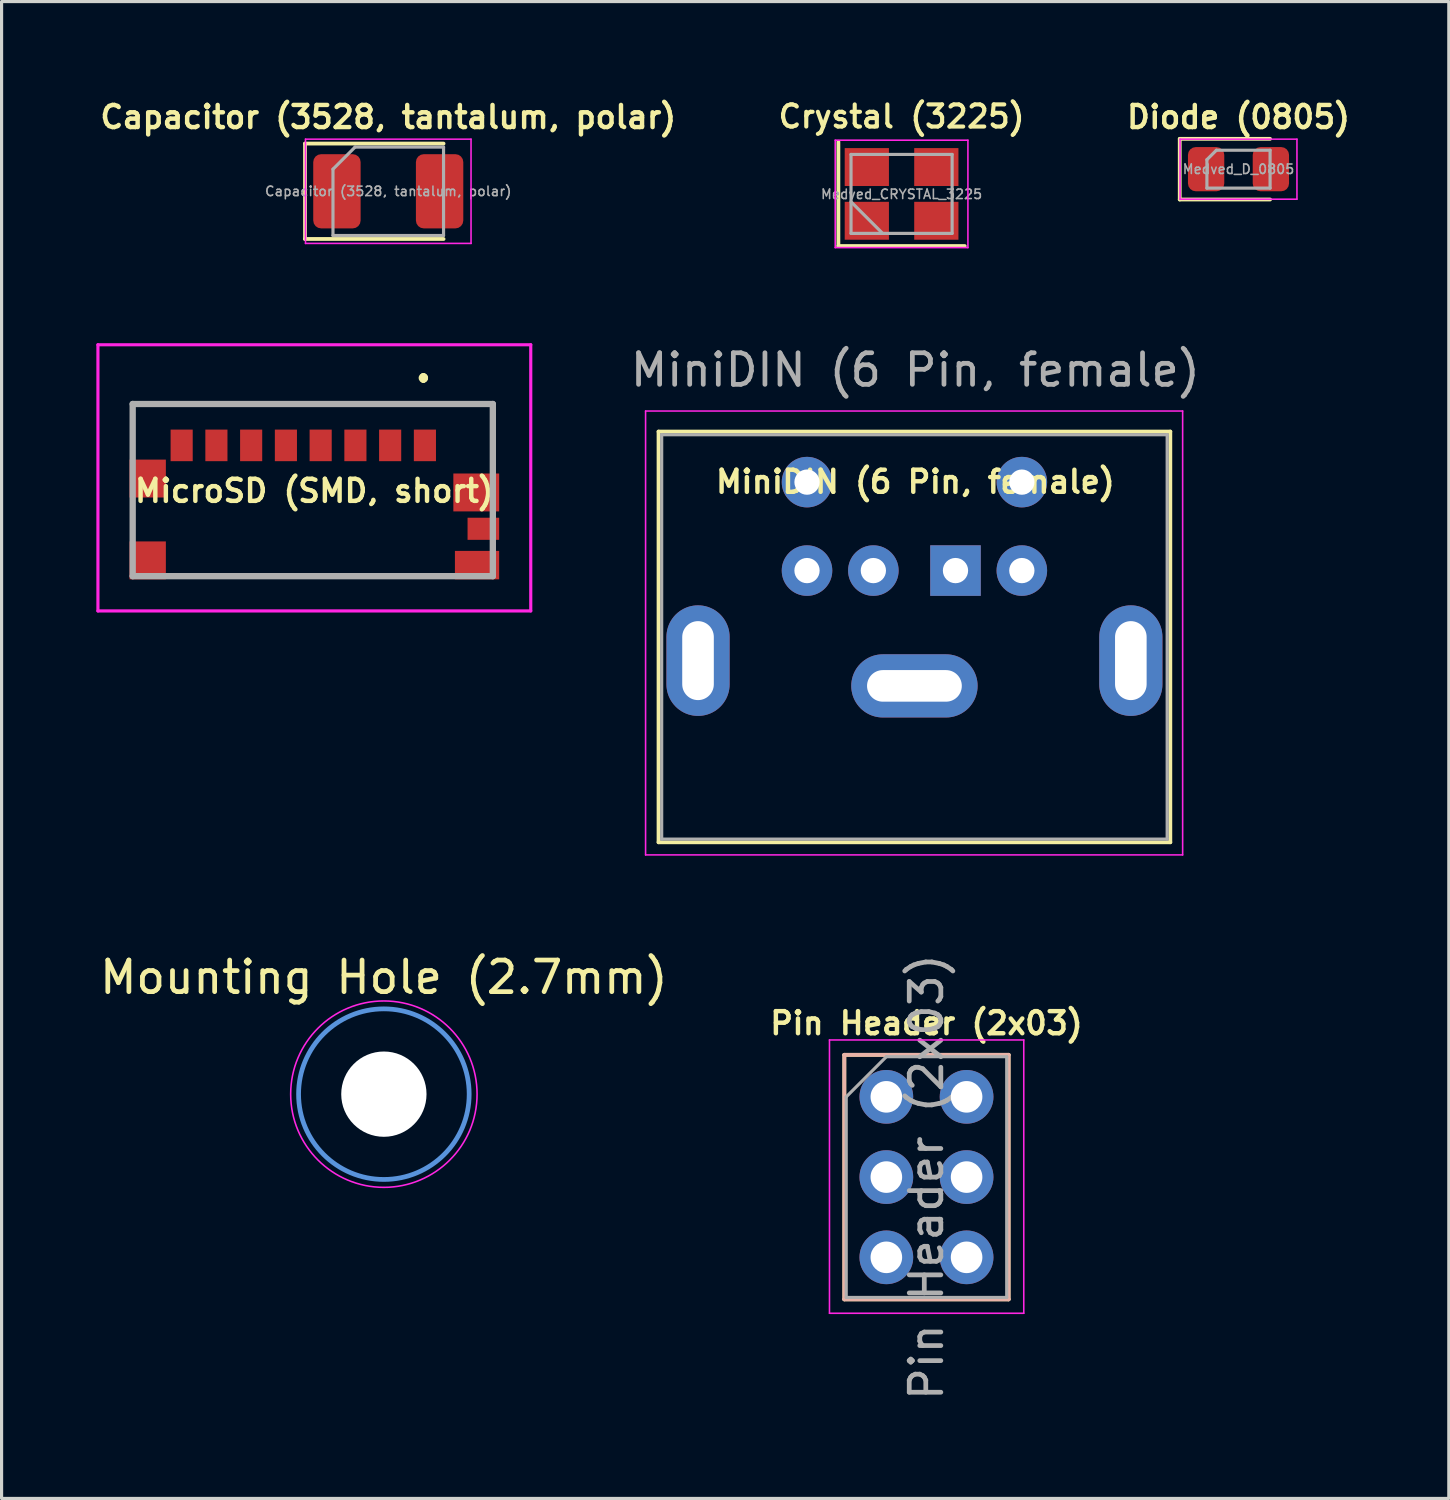
<source format=kicad_pcb>
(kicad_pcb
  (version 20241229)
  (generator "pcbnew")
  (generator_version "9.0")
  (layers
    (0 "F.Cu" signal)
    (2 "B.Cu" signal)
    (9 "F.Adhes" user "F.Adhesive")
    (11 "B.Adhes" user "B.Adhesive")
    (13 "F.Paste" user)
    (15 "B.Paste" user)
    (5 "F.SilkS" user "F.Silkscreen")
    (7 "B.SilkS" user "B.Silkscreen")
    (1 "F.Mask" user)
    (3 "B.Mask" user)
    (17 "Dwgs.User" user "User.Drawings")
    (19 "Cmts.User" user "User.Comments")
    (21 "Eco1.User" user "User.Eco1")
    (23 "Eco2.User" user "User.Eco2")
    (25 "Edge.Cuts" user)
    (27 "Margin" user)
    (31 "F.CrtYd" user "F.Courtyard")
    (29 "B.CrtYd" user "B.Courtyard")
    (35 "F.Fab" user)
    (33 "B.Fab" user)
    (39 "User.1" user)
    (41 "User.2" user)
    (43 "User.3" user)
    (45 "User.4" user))
  (footprint "Diode (0805)"
    (layer "F.Cu")
    (at 36.153 2.305)
    (property "Reference" "Diode (0805)" (at 0 -1.65 0) (layer "F.SilkS") (effects (font (size 0.7 0.7) (thickness 0.14) (bold yes))))
    (property "Value" "Medved_D_0805" (at 0 1.65 0) (layer "F.Fab") (hide yes) (effects (font (size 1 1) (thickness 0.15))))
    (attr smd)
    (fp_line (start -1.86 -0.96) (end -1.86 0.96) (stroke (width 0.12) (type solid)) (layer "F.SilkS"))
    (fp_line (start -1.86 0.96) (end 1 0.96) (stroke (width 0.12) (type solid)) (layer "F.SilkS"))
    (fp_line (start 1 -0.96) (end -1.86 -0.96) (stroke (width 0.12) (type solid)) (layer "F.SilkS"))
    (fp_line (start -1.85 -0.95) (end 1.85 -0.95) (stroke (width 0.05) (type solid)) (layer "F.CrtYd"))
    (fp_line (start -1.85 0.95) (end -1.85 -0.95) (stroke (width 0.05) (type solid)) (layer "F.CrtYd"))
    (fp_line (start 1.85 -0.95) (end 1.85 0.95) (stroke (width 0.05) (type solid)) (layer "F.CrtYd"))
    (fp_line (start 1.85 0.95) (end -1.85 0.95) (stroke (width 0.05) (type solid)) (layer "F.CrtYd"))
    (fp_line (start -1 -0.3) (end -1 0.6) (stroke (width 0.1) (type solid)) (layer "F.Fab"))
    (fp_line (start -1 0.6) (end 1 0.6) (stroke (width 0.1) (type solid)) (layer "F.Fab"))
    (fp_line (start -0.7 -0.6) (end -1 -0.3) (stroke (width 0.1) (type solid)) (layer "F.Fab"))
    (fp_line (start 1 -0.6) (end -0.7 -0.6) (stroke (width 0.1) (type solid)) (layer "F.Fab"))
    (fp_line (start 1 0.6) (end 1 -0.6) (stroke (width 0.1) (type solid)) (layer "F.Fab"))
    (fp_text user "${VALUE}" (at 0 0 0) (layer "F.Fab") (effects (font (size 0.3 0.3) (thickness 0.05) (bold yes))))
    (pad "1" smd roundrect (at -1.025 0) (size 1.15 1.4) (layers "F.Cu" "F.Mask" "F.Paste") (roundrect_rratio 0.217))
    (pad "2" smd roundrect (at 1.025 0) (size 1.15 1.4) (layers "F.Cu" "F.Mask" "F.Paste") (roundrect_rratio 0.217)))
  (footprint "Mounting Hole (2.7mm)"
    (layer "F.Cu")
    (at 9.101 31.584)
    (property "Reference" "Mounting Hole (2.7mm)" (at 0 -3.7 0) (layer "F.SilkS") (effects (font (size 1 1) (thickness 0.15))))
    (attr exclude_from_pos_files exclude_from_bom)
    (fp_circle (center 0 0) (end 2.7 0) (stroke (width 0.15) (type solid)) (fill no) (layer "Cmts.User"))
    (fp_circle (center 0 0) (end 2.95 0) (stroke (width 0.05) (type solid)) (fill no) (layer "F.CrtYd"))
    (pad "" np_thru_hole circle (at 0 0) (size 2.7 2.7) (drill 2.7) (layers "*.Cu" "*.Mask")))
  (footprint "Pin Header (2x03)"
    (layer "F.Cu")
    (at 25.006 31.669)
    (property "Reference" "Pin Header (2x03)" (at 1.27 -2.33 0) (layer "F.SilkS") (effects (font (size 0.7 0.7) (thickness 0.14) (bold yes))))
    (attr through_hole)
    (fp_line (start -1.33 -1.33) (end -1.33 6.41) (stroke (width 0.12) (type solid)) (layer "F.SilkS"))
    (fp_line (start -1.33 -1.33) (end 3.87 -1.33) (stroke (width 0.12) (type solid)) (layer "F.SilkS"))
    (fp_line (start -1.33 6.41) (end 3.87 6.41) (stroke (width 0.12) (type solid)) (layer "F.SilkS"))
    (fp_line (start 3.87 -1.33) (end 3.87 6.41) (stroke (width 0.12) (type solid)) (layer "F.SilkS"))
    (fp_line (start -1.33 -1.33) (end -1.33 6.41) (stroke (width 0.12) (type solid)) (layer "B.SilkS"))
    (fp_line (start -1.33 -1.33) (end 3.87 -1.33) (stroke (width 0.12) (type solid)) (layer "B.SilkS"))
    (fp_line (start -1.33 6.41) (end 3.87 6.41) (stroke (width 0.12) (type solid)) (layer "B.SilkS"))
    (fp_line (start 3.87 -1.33) (end 3.87 6.41) (stroke (width 0.12) (type solid)) (layer "B.SilkS"))
    (fp_line (start -1.8 -1.8) (end -1.8 6.85) (stroke (width 0.05) (type solid)) (layer "F.CrtYd"))
    (fp_line (start -1.8 6.85) (end 4.35 6.85) (stroke (width 0.05) (type solid)) (layer "F.CrtYd"))
    (fp_line (start 4.35 -1.8) (end -1.8 -1.8) (stroke (width 0.05) (type solid)) (layer "F.CrtYd"))
    (fp_line (start 4.35 6.85) (end 4.35 -1.8) (stroke (width 0.05) (type solid)) (layer "F.CrtYd"))
    (fp_line (start -1.27 0) (end 0 -1.27) (stroke (width 0.1) (type solid)) (layer "F.Fab"))
    (fp_line (start -1.27 6.35) (end -1.27 0) (stroke (width 0.1) (type solid)) (layer "F.Fab"))
    (fp_line (start 0 -1.27) (end 3.81 -1.27) (stroke (width 0.1) (type solid)) (layer "F.Fab"))
    (fp_line (start 3.81 -1.27) (end 3.81 6.35) (stroke (width 0.1) (type solid)) (layer "F.Fab"))
    (fp_line (start 3.81 6.35) (end -1.27 6.35) (stroke (width 0.1) (type solid)) (layer "F.Fab"))
    (fp_text user "${REFERENCE}" (at 1.27 2.54 90) (layer "F.Fab") (effects (font (size 1 1) (thickness 0.15))))
    (pad "1" thru_hole circle (at 0 0) (size 1.7 1.7) (drill 1) (layers "*.Cu" "*.Mask"))
    (pad "2" thru_hole oval (at 2.54 0) (size 1.7 1.7) (drill 1) (layers "*.Cu" "*.Mask"))
    (pad "3" thru_hole oval (at 0 2.54) (size 1.7 1.7) (drill 1) (layers "*.Cu" "*.Mask"))
    (pad "4" thru_hole oval (at 2.54 2.54) (size 1.7 1.7) (drill 1) (layers "*.Cu" "*.Mask"))
    (pad "5" thru_hole oval (at 0 5.08) (size 1.7 1.7) (drill 1) (layers "*.Cu" "*.Mask"))
    (pad "6" thru_hole oval (at 2.54 5.08) (size 1.7 1.7) (drill 1) (layers "*.Cu" "*.Mask")))
  (footprint "MiniDIN (6 Pin, female)"
    (layer "F.Cu")
    (at 27.195 15.011)
    (property "Reference" "MiniDIN (6 Pin, female)" (at -1.27 -2.81 0) (layer "F.SilkS") (effects (font (size 0.7 0.7) (thickness 0.14) (bold yes))))
    (attr through_hole)
    (fp_line (start -9.4 -4.4) (end -9.4 8.6) (stroke (width 0.12) (type solid)) (layer "F.SilkS"))
    (fp_line (start -9.4 -4.4) (end 6.8 -4.4) (stroke (width 0.12) (type solid)) (layer "F.SilkS"))
    (fp_line (start -9.4 8.6) (end 6.8 8.6) (stroke (width 0.12) (type solid)) (layer "F.SilkS"))
    (fp_line (start 6.8 -4.4) (end 6.8 8.6) (stroke (width 0.12) (type solid)) (layer "F.SilkS"))
    (fp_line (start -9.81 -5.05) (end -9.81 9) (stroke (width 0.05) (type solid)) (layer "F.CrtYd"))
    (fp_line (start -9.81 -5.05) (end 7.19 -5.05) (stroke (width 0.05) (type solid)) (layer "F.CrtYd"))
    (fp_line (start 7.19 9) (end -9.81 9) (stroke (width 0.05) (type solid)) (layer "F.CrtYd"))
    (fp_line (start 7.19 9) (end 7.19 -5.05) (stroke (width 0.05) (type solid)) (layer "F.CrtYd"))
    (fp_line (start -9.3 -4.3) (end 6.7 -4.3) (stroke (width 0.1) (type solid)) (layer "F.Fab"))
    (fp_line (start -9.3 8.5) (end -9.3 -4.3) (stroke (width 0.1) (type solid)) (layer "F.Fab"))
    (fp_line (start 6.7 -4.3) (end 6.7 8.5) (stroke (width 0.1) (type solid)) (layer "F.Fab"))
    (fp_line (start 6.7 8.5) (end -9.3 8.5) (stroke (width 0.1) (type solid)) (layer "F.Fab"))
    (fp_text user "${REFERENCE}" (at -1.27 -6.35 0) (layer "F.Fab") (effects (font (size 1 1) (thickness 0.15))))
    (pad "" thru_hole oval (at -8.15 2.85) (size 2 3.5) (drill oval 1 2.5) (layers "*.Cu" "*.Mask"))
    (pad "" thru_hole oval (at -1.3 3.65) (size 4 2) (drill oval 3 1) (layers "*.Cu" "*.Mask"))
    (pad "" thru_hole oval (at 5.55 2.85) (size 2 3.5) (drill oval 1 2.5) (layers "*.Cu" "*.Mask"))
    (pad "1" thru_hole rect (at 0 0) (size 1.6 1.6) (drill 0.8) (layers "*.Cu" "*.Mask"))
    (pad "2" thru_hole circle (at -2.6 0) (size 1.6 1.6) (drill 0.8) (layers "*.Cu" "*.Mask"))
    (pad "3" thru_hole circle (at 2.1 0) (size 1.6 1.6) (drill 0.8) (layers "*.Cu" "*.Mask"))
    (pad "4" thru_hole circle (at -4.7 0) (size 1.6 1.6) (drill 0.8) (layers "*.Cu" "*.Mask"))
    (pad "5" thru_hole circle (at 2.1 -2.8) (size 1.6 1.6) (drill 0.8) (layers "*.Cu" "*.Mask"))
    (pad "6" thru_hole circle (at -4.7 -2.8) (size 1.6 1.6) (drill 0.8) (layers "*.Cu" "*.Mask")))
  (footprint "MicroSD (SMD, short)"
    (layer "F.Cu")
    (at 6.85 12.488)
    (property "Reference" "MicroSD (SMD, short)" (at 0.05 0 0) (layer "F.SilkS") (effects (font (size 0.7 0.7) (thickness 0.14) (bold yes))))
    (attr smd)
    (fp_line (start -5.7 -2.75) (end 5.7 -2.75) (stroke (width 0.1) (type solid)) (layer "F.SilkS"))
    (fp_line (start -5.7 -1.225) (end -5.7 -2.75) (stroke (width 0.1) (type solid)) (layer "F.SilkS"))
    (fp_line (start -4.4 2.7) (end 4.2 2.7) (stroke (width 0.1) (type solid)) (layer "F.SilkS"))
    (fp_line (start 3.5 -3.625) (end 3.5 -3.625) (stroke (width 0.2) (type solid)) (layer "F.SilkS"))
    (fp_line (start 3.5 -3.525) (end 3.5 -3.525) (stroke (width 0.2) (type solid)) (layer "F.SilkS"))
    (fp_line (start 3.5 -3.525) (end 3.5 -3.525) (stroke (width 0.2) (type solid)) (layer "F.SilkS"))
    (fp_line (start 5.7 -2.75) (end 5.7 -0.825) (stroke (width 0.1) (type solid)) (layer "F.SilkS"))
    (fp_arc (start 3.5 -3.625) (mid 3.55 -3.575) (end 3.5 -3.525) (stroke (width 0.2) (type solid)) (layer "F.SilkS"))
    (fp_arc (start 3.5 -3.625) (mid 3.55 -3.575) (end 3.5 -3.525) (stroke (width 0.2) (type solid)) (layer "F.SilkS"))
    (fp_arc (start 3.5 -3.525) (mid 3.45 -3.575) (end 3.5 -3.625) (stroke (width 0.2) (type solid)) (layer "F.SilkS"))
    (fp_line (start -6.8 -4.625) (end 6.9 -4.625) (stroke (width 0.1) (type solid)) (layer "F.CrtYd"))
    (fp_line (start -6.8 3.8) (end -6.8 -4.625) (stroke (width 0.1) (type solid)) (layer "F.CrtYd"))
    (fp_line (start 6.9 -4.625) (end 6.9 3.8) (stroke (width 0.1) (type solid)) (layer "F.CrtYd"))
    (fp_line (start 6.9 3.8) (end -6.8 3.8) (stroke (width 0.1) (type solid)) (layer "F.CrtYd"))
    (fp_line (start -5.7 -2.75) (end 5.7 -2.75) (stroke (width 0.2) (type solid)) (layer "F.Fab"))
    (fp_line (start -5.7 2.7) (end -5.7 -2.75) (stroke (width 0.2) (type solid)) (layer "F.Fab"))
    (fp_line (start 5.7 -2.75) (end 5.7 2.7) (stroke (width 0.2) (type solid)) (layer "F.Fab"))
    (fp_line (start 5.7 2.7) (end -5.7 2.7) (stroke (width 0.2) (type solid)) (layer "F.Fab"))
    (pad "G1" smd rect (at -5.225 -0.39) (size 1.15 1.2) (layers "F.Cu" "F.Mask" "F.Paste"))
    (pad "G2" smd rect (at -5.225 2.2) (size 1.15 1.2) (layers "F.Cu" "F.Mask" "F.Paste"))
    (pad "G3" smd rect (at 5.175 0.05 90) (size 1.2 1.45) (layers "F.Cu" "F.Mask" "F.Paste"))
    (pad "G4" smd rect (at 5.4 1.2 90) (size 0.7 1) (layers "F.Cu" "F.Mask" "F.Paste"))
    (pad "G5" smd rect (at 5.2 2.35 90) (size 0.9 1.4) (layers "F.Cu" "F.Mask" "F.Paste"))
    (pad "P1" smd rect (at 3.55 -1.44) (size 0.7 1) (layers "F.Cu" "F.Mask" "F.Paste"))
    (pad "P2" smd rect (at 2.45 -1.44) (size 0.7 1) (layers "F.Cu" "F.Mask" "F.Paste"))
    (pad "P3" smd rect (at 1.35 -1.44) (size 0.7 1) (layers "F.Cu" "F.Mask" "F.Paste"))
    (pad "P4" smd rect (at 0.25 -1.44) (size 0.7 1) (layers "F.Cu" "F.Mask" "F.Paste"))
    (pad "P5" smd rect (at -0.85 -1.44) (size 0.7 1) (layers "F.Cu" "F.Mask" "F.Paste"))
    (pad "P6" smd rect (at -1.95 -1.44) (size 0.7 1) (layers "F.Cu" "F.Mask" "F.Paste"))
    (pad "P7" smd rect (at -3.05 -1.44) (size 0.7 1) (layers "F.Cu" "F.Mask" "F.Paste"))
    (pad "P8" smd rect (at -4.15 -1.44) (size 0.7 1) (layers "F.Cu" "F.Mask" "F.Paste")))
  (footprint "Capacitor (3528, tantalum, polar)"
    (layer "F.Cu")
    (at 9.24 3.005)
    (property "Reference" "Capacitor (3528, tantalum, polar)" (at 0 -2.35 0) (layer "F.SilkS") (effects (font (size 0.7 0.7) (thickness 0.14) (bold yes))))
    (property "Value" "Capacitor (3528, tantalum, polar)" (at 0 2.35 0) (layer "F.Fab") (hide yes) (effects (font (size 1 1) (thickness 0.15))))
    (attr smd)
    (fp_line (start -2.635 -1.51) (end -2.635 1.51) (stroke (width 0.12) (type solid)) (layer "F.SilkS"))
    (fp_line (start -2.635 1.51) (end 1.75 1.51) (stroke (width 0.12) (type solid)) (layer "F.SilkS"))
    (fp_line (start 1.75 -1.51) (end -2.635 -1.51) (stroke (width 0.12) (type solid)) (layer "F.SilkS"))
    (fp_line (start -2.62 -1.65) (end 2.62 -1.65) (stroke (width 0.05) (type solid)) (layer "F.CrtYd"))
    (fp_line (start -2.62 1.65) (end -2.62 -1.65) (stroke (width 0.05) (type solid)) (layer "F.CrtYd"))
    (fp_line (start 2.62 -1.65) (end 2.62 1.65) (stroke (width 0.05) (type solid)) (layer "F.CrtYd"))
    (fp_line (start 2.62 1.65) (end -2.62 1.65) (stroke (width 0.05) (type solid)) (layer "F.CrtYd"))
    (fp_line (start -1.75 -0.7) (end -1.75 1.4) (stroke (width 0.1) (type solid)) (layer "F.Fab"))
    (fp_line (start -1.75 1.4) (end 1.75 1.4) (stroke (width 0.1) (type solid)) (layer "F.Fab"))
    (fp_line (start -1.05 -1.4) (end -1.75 -0.7) (stroke (width 0.1) (type solid)) (layer "F.Fab"))
    (fp_line (start 1.75 -1.4) (end -1.05 -1.4) (stroke (width 0.1) (type solid)) (layer "F.Fab"))
    (fp_line (start 1.75 1.4) (end 1.75 -1.4) (stroke (width 0.1) (type solid)) (layer "F.Fab"))
    (fp_text user "${VALUE}" (at 0 0 0) (layer "F.Fab") (effects (font (size 0.3 0.3) (thickness 0.05) (bold yes))))
    (pad "1" smd roundrect (at -1.625 0) (size 1.5 2.35) (layers "F.Cu" "F.Mask" "F.Paste") (roundrect_rratio 0.167))
    (pad "2" smd roundrect (at 1.625 0) (size 1.5 2.35) (layers "F.Cu" "F.Mask" "F.Paste") (roundrect_rratio 0.167)))
  (footprint "Crystal (3225)"
    (layer "F.Cu")
    (at 25.488 3.088)
    (property "Reference" "Crystal (3225)" (at 0 -2.45 0) (layer "F.SilkS") (effects (font (size 0.7 0.7) (thickness 0.13) (bold yes))))
    (property "Value" "Medved_CRYSTAL_3225" (at 0 2.45 0) (layer "F.Fab") (hide yes) (effects (font (size 1 1) (thickness 0.15))))
    (attr smd)
    (fp_line (start -2 -1.65) (end -2 1.65) (stroke (width 0.12) (type solid)) (layer "F.SilkS"))
    (fp_line (start -2 1.65) (end 2 1.65) (stroke (width 0.12) (type solid)) (layer "F.SilkS"))
    (fp_line (start -2.1 -1.7) (end -2.1 1.7) (stroke (width 0.05) (type solid)) (layer "F.CrtYd"))
    (fp_line (start -2.1 1.7) (end 2.1 1.7) (stroke (width 0.05) (type solid)) (layer "F.CrtYd"))
    (fp_line (start 2.1 -1.7) (end -2.1 -1.7) (stroke (width 0.05) (type solid)) (layer "F.CrtYd"))
    (fp_line (start 2.1 1.7) (end 2.1 -1.7) (stroke (width 0.05) (type solid)) (layer "F.CrtYd"))
    (fp_line (start -1.6 -1.25) (end -1.6 1.25) (stroke (width 0.1) (type solid)) (layer "F.Fab"))
    (fp_line (start -1.6 0.25) (end -0.6 1.25) (stroke (width 0.1) (type solid)) (layer "F.Fab"))
    (fp_line (start -1.6 1.25) (end 1.6 1.25) (stroke (width 0.1) (type solid)) (layer "F.Fab"))
    (fp_line (start 1.6 -1.25) (end -1.6 -1.25) (stroke (width 0.1) (type solid)) (layer "F.Fab"))
    (fp_line (start 1.6 1.25) (end 1.6 -1.25) (stroke (width 0.1) (type solid)) (layer "F.Fab"))
    (fp_text user "${VALUE}" (at 0 0.01 0) (layer "F.Fab") (effects (font (size 0.3 0.3) (thickness 0.05) (bold yes))))
    (pad "1" smd rect (at -1.1 0.85) (size 1.4 1.2) (layers "F.Cu" "F.Mask" "F.Paste"))
    (pad "2" smd rect (at 1.1 0.85) (size 1.4 1.2) (layers "F.Cu" "F.Mask" "F.Paste"))
    (pad "3" smd rect (at 1.1 -0.85) (size 1.4 1.2) (layers "F.Cu" "F.Mask" "F.Paste"))
    (pad "4" smd rect (at -1.1 -0.85) (size 1.4 1.2) (layers "F.Cu" "F.Mask" "F.Paste")))
  (gr_rect
    (start -3 -3)
    (end 42.81 44.381)
    (stroke (width 0.1) (type default))
    (fill no)
    (layer "Edge.Cuts")))
</source>
